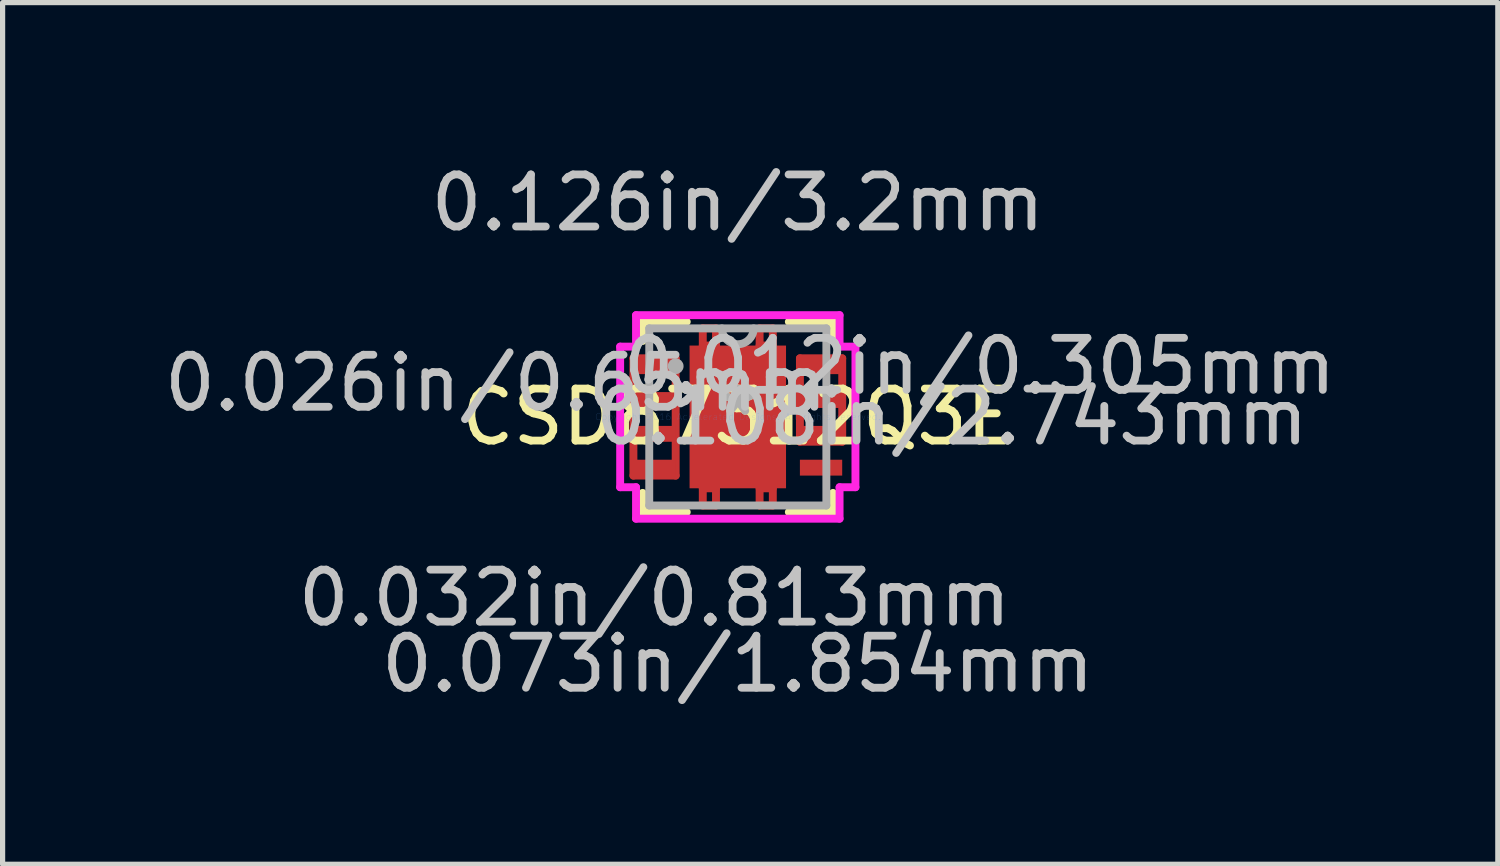
<source format=kicad_pcb>
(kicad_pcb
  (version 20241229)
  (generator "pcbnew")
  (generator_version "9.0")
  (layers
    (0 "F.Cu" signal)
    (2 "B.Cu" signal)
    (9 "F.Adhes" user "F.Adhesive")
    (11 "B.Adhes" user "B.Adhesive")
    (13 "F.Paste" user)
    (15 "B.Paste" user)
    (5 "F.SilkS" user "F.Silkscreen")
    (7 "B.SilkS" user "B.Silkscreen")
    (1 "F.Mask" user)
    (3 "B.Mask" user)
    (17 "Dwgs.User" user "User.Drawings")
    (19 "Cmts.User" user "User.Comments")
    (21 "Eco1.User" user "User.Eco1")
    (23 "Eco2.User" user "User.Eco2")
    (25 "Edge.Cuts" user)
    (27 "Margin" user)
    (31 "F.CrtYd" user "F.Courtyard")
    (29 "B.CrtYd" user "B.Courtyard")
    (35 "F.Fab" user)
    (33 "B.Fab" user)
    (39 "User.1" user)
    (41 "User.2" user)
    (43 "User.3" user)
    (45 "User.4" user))
  (footprint "CSD87312Q3E"
    (layer "F.Cu")
    (at 11.13 4.963)
    (property "Reference" "CSD87312Q3E" (at 0 0 0) (layer "F.SilkS") (effects (font (size 1 1) (thickness 0.15))))
    (attr through_hole)
    (fp_line (start -2.007 -1.127) (end -2.006 1.128) (stroke (width 0.152) (type solid)) (layer "F.Cu"))
    (fp_line (start -2.006 1.128) (end -1.194 1.128) (stroke (width 0.152) (type solid)) (layer "F.Cu"))
    (fp_line (start -1.194 -1.127) (end -2.007 -1.127) (stroke (width 0.152) (type solid)) (layer "F.Cu"))
    (fp_line (start -1.194 1.128) (end -1.194 -1.127) (stroke (width 0.152) (type solid)) (layer "F.Cu"))
    (fp_line (start -0.673 -1.702) (end -0.419 -1.702) (stroke (width 0.152) (type solid)) (layer "F.Cu"))
    (fp_line (start -0.673 -1.372) (end -0.673 -1.702) (stroke (width 0.152) (type solid)) (layer "F.Cu"))
    (fp_line (start -0.673 1.372) (end -0.673 1.702) (stroke (width 0.152) (type solid)) (layer "F.Cu"))
    (fp_line (start -0.673 1.702) (end -0.419 1.702) (stroke (width 0.152) (type solid)) (layer "F.Cu"))
    (fp_line (start -0.419 -1.702) (end -0.419 -1.372) (stroke (width 0.152) (type solid)) (layer "F.Cu"))
    (fp_line (start -0.419 -1.372) (end -0.673 -1.372) (stroke (width 0.152) (type solid)) (layer "F.Cu"))
    (fp_line (start -0.419 1.372) (end -0.673 1.372) (stroke (width 0.152) (type solid)) (layer "F.Cu"))
    (fp_line (start -0.419 1.702) (end -0.419 1.372) (stroke (width 0.152) (type solid)) (layer "F.Cu"))
    (fp_line (start 0.419 -1.702) (end 0.419 -1.372) (stroke (width 0.152) (type solid)) (layer "F.Cu"))
    (fp_line (start 0.419 -1.372) (end 0.673 -1.372) (stroke (width 0.152) (type solid)) (layer "F.Cu"))
    (fp_line (start 0.419 1.372) (end 0.673 1.372) (stroke (width 0.152) (type solid)) (layer "F.Cu"))
    (fp_line (start 0.419 1.702) (end 0.419 1.372) (stroke (width 0.152) (type solid)) (layer "F.Cu"))
    (fp_line (start 0.673 -1.702) (end 0.419 -1.702) (stroke (width 0.152) (type solid)) (layer "F.Cu"))
    (fp_line (start 0.673 -1.372) (end 0.673 -1.702) (stroke (width 0.152) (type solid)) (layer "F.Cu"))
    (fp_line (start 0.673 1.372) (end 0.673 1.702) (stroke (width 0.152) (type solid)) (layer "F.Cu"))
    (fp_line (start 0.673 1.702) (end 0.419 1.702) (stroke (width 0.152) (type solid)) (layer "F.Cu"))
    (fp_line (start 1.194 -1.127) (end 2.007 -1.127) (stroke (width 0.152) (type solid)) (layer "F.Cu"))
    (fp_line (start 1.194 0.477) (end 1.194 -1.127) (stroke (width 0.152) (type solid)) (layer "F.Cu"))
    (fp_line (start 2.007 -1.127) (end 2.007 0.477) (stroke (width 0.152) (type solid)) (layer "F.Cu"))
    (fp_line (start 2.007 0.477) (end 1.194 0.477) (stroke (width 0.152) (type solid)) (layer "F.Cu"))
    (fp_line (start -2.007 -1.127) (end -2.006 1.128) (stroke (width 0.152) (type solid)) (layer "F.Mask"))
    (fp_line (start -2.006 1.128) (end -1.194 1.128) (stroke (width 0.152) (type solid)) (layer "F.Mask"))
    (fp_line (start -1.194 -1.127) (end -2.007 -1.127) (stroke (width 0.152) (type solid)) (layer "F.Mask"))
    (fp_line (start -1.194 1.128) (end -1.194 -1.127) (stroke (width 0.152) (type solid)) (layer "F.Mask"))
    (fp_line (start -0.673 -1.702) (end -0.419 -1.702) (stroke (width 0.152) (type solid)) (layer "F.Mask"))
    (fp_line (start -0.673 -1.372) (end -0.673 -1.702) (stroke (width 0.152) (type solid)) (layer "F.Mask"))
    (fp_line (start -0.673 1.372) (end -0.673 1.702) (stroke (width 0.152) (type solid)) (layer "F.Mask"))
    (fp_line (start -0.673 1.702) (end -0.419 1.702) (stroke (width 0.152) (type solid)) (layer "F.Mask"))
    (fp_line (start -0.419 -1.702) (end -0.419 -1.372) (stroke (width 0.152) (type solid)) (layer "F.Mask"))
    (fp_line (start -0.419 -1.372) (end -0.673 -1.372) (stroke (width 0.152) (type solid)) (layer "F.Mask"))
    (fp_line (start -0.419 1.372) (end -0.673 1.372) (stroke (width 0.152) (type solid)) (layer "F.Mask"))
    (fp_line (start -0.419 1.702) (end -0.419 1.372) (stroke (width 0.152) (type solid)) (layer "F.Mask"))
    (fp_line (start 0.419 -1.702) (end 0.419 -1.372) (stroke (width 0.152) (type solid)) (layer "F.Mask"))
    (fp_line (start 0.419 -1.372) (end 0.673 -1.372) (stroke (width 0.152) (type solid)) (layer "F.Mask"))
    (fp_line (start 0.419 1.372) (end 0.673 1.372) (stroke (width 0.152) (type solid)) (layer "F.Mask"))
    (fp_line (start 0.419 1.702) (end 0.419 1.372) (stroke (width 0.152) (type solid)) (layer "F.Mask"))
    (fp_line (start 0.673 -1.702) (end 0.419 -1.702) (stroke (width 0.152) (type solid)) (layer "F.Mask"))
    (fp_line (start 0.673 -1.372) (end 0.673 -1.702) (stroke (width 0.152) (type solid)) (layer "F.Mask"))
    (fp_line (start 0.673 1.372) (end 0.673 1.702) (stroke (width 0.152) (type solid)) (layer "F.Mask"))
    (fp_line (start 0.673 1.702) (end 0.419 1.702) (stroke (width 0.152) (type solid)) (layer "F.Mask"))
    (fp_line (start 1.194 -1.127) (end 2.007 -1.127) (stroke (width 0.152) (type solid)) (layer "F.Mask"))
    (fp_line (start 1.194 0.477) (end 1.194 -1.127) (stroke (width 0.152) (type solid)) (layer "F.Mask"))
    (fp_line (start 2.007 -1.127) (end 2.007 0.477) (stroke (width 0.152) (type solid)) (layer "F.Mask"))
    (fp_line (start 2.007 0.477) (end 1.194 0.477) (stroke (width 0.152) (type solid)) (layer "F.Mask"))
    (fp_line (start -1.829 -1.829) (end -1.829 -1.46) (stroke (width 0.152) (type solid)) (layer "F.SilkS"))
    (fp_line (start -1.829 1.46) (end -1.829 1.829) (stroke (width 0.152) (type solid)) (layer "F.SilkS"))
    (fp_line (start -1.829 1.829) (end -0.981 1.829) (stroke (width 0.152) (type solid)) (layer "F.SilkS"))
    (fp_line (start -0.981 -1.829) (end -1.829 -1.829) (stroke (width 0.152) (type solid)) (layer "F.SilkS"))
    (fp_line (start 0.981 1.829) (end 1.829 1.829) (stroke (width 0.152) (type solid)) (layer "F.SilkS"))
    (fp_line (start 1.829 -1.829) (end 0.981 -1.829) (stroke (width 0.152) (type solid)) (layer "F.SilkS"))
    (fp_line (start 1.829 -1.46) (end 1.829 -1.829) (stroke (width 0.152) (type solid)) (layer "F.SilkS"))
    (fp_line (start 1.829 1.829) (end 1.829 1.46) (stroke (width 0.152) (type solid)) (layer "F.SilkS"))
    (fp_line (start -2.007 -1.127) (end -2.006 1.128) (stroke (width 0.152) (type solid)) (layer "F.Paste"))
    (fp_line (start -2.006 1.128) (end -1.194 1.128) (stroke (width 0.152) (type solid)) (layer "F.Paste"))
    (fp_line (start -1.194 -1.127) (end -2.007 -1.127) (stroke (width 0.152) (type solid)) (layer "F.Paste"))
    (fp_line (start -1.194 1.128) (end -1.194 -1.127) (stroke (width 0.152) (type solid)) (layer "F.Paste"))
    (fp_line (start -0.827 -1.272) (end -0.827 -0.1) (stroke (width 0.152) (type solid)) (layer "F.Paste"))
    (fp_line (start -0.827 -0.1) (end 0.827 -0.1) (stroke (width 0.152) (type solid)) (layer "F.Paste"))
    (fp_line (start -0.827 0.1) (end -0.827 1.272) (stroke (width 0.152) (type solid)) (layer "F.Paste"))
    (fp_line (start -0.827 1.272) (end 0.827 1.272) (stroke (width 0.152) (type solid)) (layer "F.Paste"))
    (fp_line (start -0.673 -1.702) (end -0.419 -1.702) (stroke (width 0.152) (type solid)) (layer "F.Paste"))
    (fp_line (start -0.673 -1.372) (end -0.673 -1.702) (stroke (width 0.152) (type solid)) (layer "F.Paste"))
    (fp_line (start -0.673 1.372) (end -0.673 1.702) (stroke (width 0.152) (type solid)) (layer "F.Paste"))
    (fp_line (start -0.673 1.702) (end -0.419 1.702) (stroke (width 0.152) (type solid)) (layer "F.Paste"))
    (fp_line (start -0.419 -1.702) (end -0.419 -1.372) (stroke (width 0.152) (type solid)) (layer "F.Paste"))
    (fp_line (start -0.419 -1.372) (end -0.673 -1.372) (stroke (width 0.152) (type solid)) (layer "F.Paste"))
    (fp_line (start -0.419 1.372) (end -0.673 1.372) (stroke (width 0.152) (type solid)) (layer "F.Paste"))
    (fp_line (start -0.419 1.702) (end -0.419 1.372) (stroke (width 0.152) (type solid)) (layer "F.Paste"))
    (fp_line (start 0.419 -1.702) (end 0.419 -1.372) (stroke (width 0.152) (type solid)) (layer "F.Paste"))
    (fp_line (start 0.419 -1.372) (end 0.673 -1.372) (stroke (width 0.152) (type solid)) (layer "F.Paste"))
    (fp_line (start 0.419 1.372) (end 0.673 1.372) (stroke (width 0.152) (type solid)) (layer "F.Paste"))
    (fp_line (start 0.419 1.702) (end 0.419 1.372) (stroke (width 0.152) (type solid)) (layer "F.Paste"))
    (fp_line (start 0.673 -1.702) (end 0.419 -1.702) (stroke (width 0.152) (type solid)) (layer "F.Paste"))
    (fp_line (start 0.673 -1.372) (end 0.673 -1.702) (stroke (width 0.152) (type solid)) (layer "F.Paste"))
    (fp_line (start 0.673 1.372) (end 0.673 1.702) (stroke (width 0.152) (type solid)) (layer "F.Paste"))
    (fp_line (start 0.673 1.702) (end 0.419 1.702) (stroke (width 0.152) (type solid)) (layer "F.Paste"))
    (fp_line (start 0.827 -1.272) (end -0.827 -1.272) (stroke (width 0.152) (type solid)) (layer "F.Paste"))
    (fp_line (start 0.827 -0.1) (end 0.827 -1.272) (stroke (width 0.152) (type solid)) (layer "F.Paste"))
    (fp_line (start 0.827 0.1) (end -0.827 0.1) (stroke (width 0.152) (type solid)) (layer "F.Paste"))
    (fp_line (start 0.827 1.272) (end 0.827 0.1) (stroke (width 0.152) (type solid)) (layer "F.Paste"))
    (fp_line (start 1.194 -1.127) (end 2.007 -1.127) (stroke (width 0.152) (type solid)) (layer "F.Paste"))
    (fp_line (start 1.194 0.477) (end 1.194 -1.127) (stroke (width 0.152) (type solid)) (layer "F.Paste"))
    (fp_line (start 2.007 -1.127) (end 2.007 0.477) (stroke (width 0.152) (type solid)) (layer "F.Paste"))
    (fp_line (start 2.007 0.477) (end 1.194 0.477) (stroke (width 0.152) (type solid)) (layer "F.Paste"))
    (fp_line (start -2.261 -1.351) (end -1.956 -1.351) (stroke (width 0.152) (type solid)) (layer "F.CrtYd"))
    (fp_line (start -2.261 1.351) (end -2.261 -1.351) (stroke (width 0.152) (type solid)) (layer "F.CrtYd"))
    (fp_line (start -1.956 -1.956) (end 1.956 -1.956) (stroke (width 0.152) (type solid)) (layer "F.CrtYd"))
    (fp_line (start -1.956 -1.351) (end -1.956 -1.956) (stroke (width 0.152) (type solid)) (layer "F.CrtYd"))
    (fp_line (start -1.956 1.351) (end -2.261 1.351) (stroke (width 0.152) (type solid)) (layer "F.CrtYd"))
    (fp_line (start -1.956 1.956) (end -1.956 1.351) (stroke (width 0.152) (type solid)) (layer "F.CrtYd"))
    (fp_line (start 1.956 -1.956) (end 1.956 -1.351) (stroke (width 0.152) (type solid)) (layer "F.CrtYd"))
    (fp_line (start 1.956 -1.351) (end 2.261 -1.351) (stroke (width 0.152) (type solid)) (layer "F.CrtYd"))
    (fp_line (start 1.956 1.351) (end 1.956 1.956) (stroke (width 0.152) (type solid)) (layer "F.CrtYd"))
    (fp_line (start 1.956 1.956) (end -1.956 1.956) (stroke (width 0.152) (type solid)) (layer "F.CrtYd"))
    (fp_line (start 2.261 -1.351) (end 2.261 1.351) (stroke (width 0.152) (type solid)) (layer "F.CrtYd"))
    (fp_line (start 2.261 1.351) (end 1.956 1.351) (stroke (width 0.152) (type solid)) (layer "F.CrtYd"))
    (fp_line (start -1.702 -1.702) (end -1.702 1.702) (stroke (width 0.152) (type solid)) (layer "F.Fab"))
    (fp_line (start -1.702 1.702) (end 1.702 1.702) (stroke (width 0.152) (type solid)) (layer "F.Fab"))
    (fp_line (start 1.702 -1.702) (end -1.702 -1.702) (stroke (width 0.152) (type solid)) (layer "F.Fab"))
    (fp_line (start 1.702 1.702) (end 1.702 -1.702) (stroke (width 0.152) (type solid)) (layer "F.Fab"))
    (fp_arc (start 0.3048 -1.7018) (mid 0 -1.397) (end -0.3048 -1.7018) (stroke (width 0.1524) (type solid)) (layer "F.Fab"))
    (fp_circle (center -1.194 -0.975) (end -1.194 -0.975) (stroke (width 0.152) (type solid)) (fill no) (layer "F.Fab"))
    (fp_text user "*" (at 0 0 0) (layer "F.SilkS") (effects (font (size 1 1) (thickness 0.15))))
    (fp_text user "0.032in/0.813mm" (at -1.6 3.48 0) (layer "Dwgs.User") (effects (font (size 1 1) (thickness 0.15))))
    (fp_text user "0.108in/2.743mm" (at 4.115 0 0) (layer "Dwgs.User") (effects (font (size 1 1) (thickness 0.15))))
    (fp_text user "0.073in/1.854mm" (at 0 4.75 0) (layer "Dwgs.User") (effects (font (size 1 1) (thickness 0.15))))
    (fp_text user "0.012in/0.305mm" (at 4.648 -0.975 0) (layer "Dwgs.User") (effects (font (size 1 1) (thickness 0.15))))
    (fp_text user "0.126in/3.2mm" (at 0 -4.115 0) (layer "Dwgs.User") (effects (font (size 1 1) (thickness 0.15))))
    (fp_text user "0.026in/0.65mm" (at -4.648 -0.65 0) (layer "Dwgs.User") (effects (font (size 1 1) (thickness 0.15))))
    (fp_text user "Copyright 2016 Accelerated Designs. All rights reserved." (at 0 0 0) (layer "Cmts.User") (effects (font (size 0.127 0.127) (thickness 0.002))))
    (fp_text user "*" (at 0 0 0) (layer "F.Fab") (effects (font (size 1 1) (thickness 0.15))))
    (pad "1" smd rect (at -1.6 -0.975) (size 0.813 0.305) (layers "F.Cu" "F.Mask" "F.Paste"))
    (pad "2" smd rect (at -1.6 -0.325) (size 0.813 0.305) (layers "F.Cu" "F.Mask" "F.Paste"))
    (pad "3" smd rect (at -1.6 0.325) (size 0.813 0.305) (layers "F.Cu" "F.Mask" "F.Paste"))
    (pad "4" smd rect (at -1.6 0.975) (size 0.813 0.305) (layers "F.Cu" "F.Mask" "F.Paste"))
    (pad "5" smd rect (at 1.6 0.975) (size 0.813 0.305) (layers "F.Cu" "F.Mask" "F.Paste"))
    (pad "6" smd rect (at 1.6 0.325) (size 0.813 0.305) (layers "F.Cu" "F.Mask" "F.Paste"))
    (pad "7" smd rect (at 1.6 -0.325) (size 0.813 0.305) (layers "F.Cu" "F.Mask" "F.Paste"))
    (pad "8" smd rect (at 1.6 -0.975) (size 0.813 0.305) (layers "F.Cu" "F.Mask" "F.Paste"))
    (pad "9" smd rect (at 0 0) (size 1.854 2.743) (layers "F.Cu" "F.Mask" "F.Paste")))
  (gr_rect
    (start -3 -3)
    (end 25.737 13.561)
    (stroke (width 0.1) (type default))
    (fill no)
    (layer "Edge.Cuts")))
</source>
